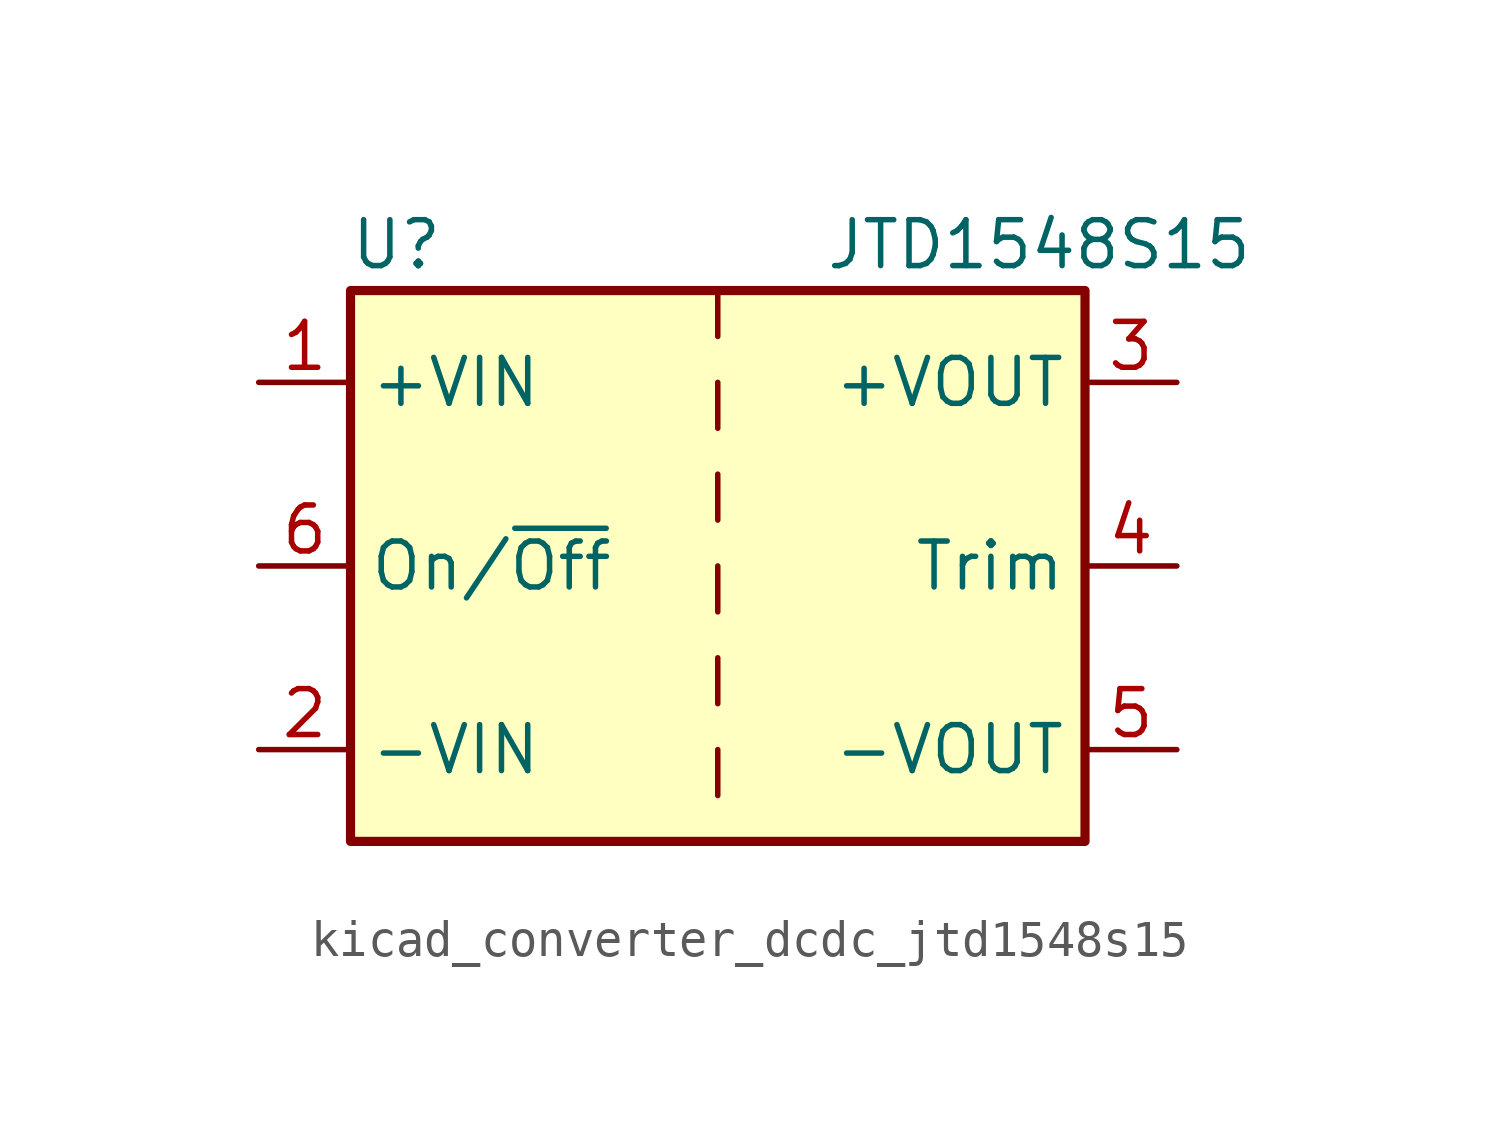
<source format=kicad_sym>
(kicad_symbol_lib
  (version 20220914)
  (generator kicad_symbol_editor)
  (symbol "kicad_converter_dcdc_jtd1548s15"
    (property "Reference" "U"
      (at -8.89 8.89 0)
      (effects (font (size 1.27 1.27))))
    (property "Value" "JTD1548S15"
      (at 8.89 8.89 0)
      (effects (font (size 1.27 1.27))))
    (symbol "kicad_converter_dcdc_jtd1548s15_0_1"
      (rectangle (start -10.16 7.62) (end 10.16 -7.62) (stroke (width 0.254) (type default)) (fill (type background)))
      (polyline (pts (xy 0 -5.08) (xy 0 -6.35)) (stroke (width 0) (type default)) (fill (type none)))
      (polyline (pts (xy 0 -2.54) (xy 0 -3.81)) (stroke (width 0) (type default)) (fill (type none)))
      (polyline (pts (xy 0 0) (xy 0 -1.27)) (stroke (width 0) (type default)) (fill (type none)))
      (polyline (pts (xy 0 2.54) (xy 0 1.27)) (stroke (width 0) (type default)) (fill (type none)))
      (polyline (pts (xy 0 5.08) (xy 0 3.81)) (stroke (width 0) (type default)) (fill (type none)))
      (polyline (pts (xy 0 7.62) (xy 0 6.35)) (stroke (width 0) (type default)) (fill (type none))))
    (symbol "kicad_converter_dcdc_jtd1548s15_1_1"
      (pin power_in line (at -12.7 5.08 0) (length 2.54) (name "+VIN" (effects (font (size 1.27 1.27)))) (number "1" (effects (font (size 1.27 1.27)))))
      (pin power_in line (at -12.7 -5.08 0) (length 2.54) (name "-VIN" (effects (font (size 1.27 1.27)))) (number "2" (effects (font (size 1.27 1.27)))))
      (pin power_out line (at 12.7 5.08 180) (length 2.54) (name "+VOUT" (effects (font (size 1.27 1.27)))) (number "3" (effects (font (size 1.27 1.27)))))
      (pin input line (at 12.7 0 180) (length 2.54) (name "Trim" (effects (font (size 1.27 1.27)))) (number "4" (effects (font (size 1.27 1.27)))))
      (pin power_out line (at 12.7 -5.08 180) (length 2.54) (name "-VOUT" (effects (font (size 1.27 1.27)))) (number "5" (effects (font (size 1.27 1.27)))))
      (pin input line (at -12.7 0 0) (length 2.54) (name "On/~{Off}" (effects (font (size 1.27 1.27)))) (number "6" (effects (font (size 1.27 1.27))))))))
</source>
